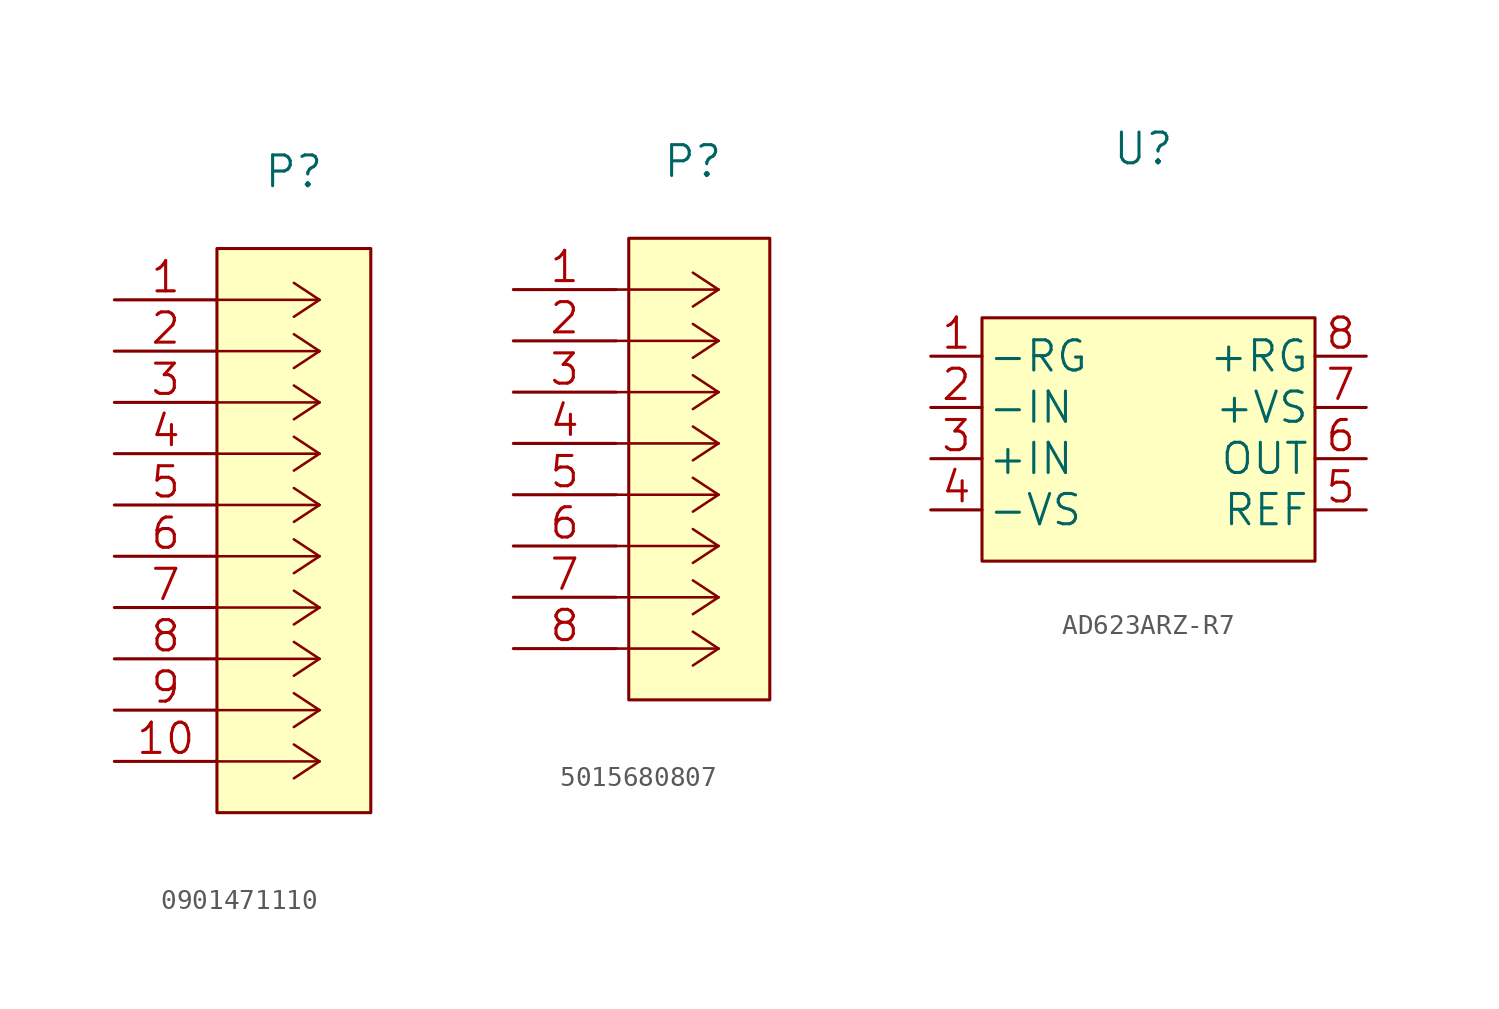
<source format=kicad_sym>
(kicad_symbol_lib
  (version 20211014)
  (generator kicad_symbol_editor)
  (symbol "0901471110"
    (pin_names
      (offset 0.254) hide)
    (property "Reference" "P"
      (at 8.89 6.35 0)
      (effects (font (size 1.524 1.524))))
    (symbol "0901471110_0_1"
      (rectangle (start 5.08 2.54) (end 12.7 -25.4) (stroke (width 0.152) (type default) (color 0 0 0 0)) (fill (type background))))
    (symbol "0901471110_1_1"
      (polyline (pts (xy 10.16 -22.86) (xy 5.08 -22.86)) (stroke (width 0.127) (type default) (color 0 0 0 0)) (fill (type none)))
      (polyline (pts (xy 10.16 -22.86) (xy 8.89 -23.698)) (stroke (width 0.127) (type default) (color 0 0 0 0)) (fill (type none)))
      (polyline (pts (xy 10.16 -22.86) (xy 8.89 -22.022)) (stroke (width 0.127) (type default) (color 0 0 0 0)) (fill (type none)))
      (polyline (pts (xy 10.16 -20.32) (xy 5.08 -20.32)) (stroke (width 0.127) (type default) (color 0 0 0 0)) (fill (type none)))
      (polyline (pts (xy 10.16 -20.32) (xy 8.89 -21.158)) (stroke (width 0.127) (type default) (color 0 0 0 0)) (fill (type none)))
      (polyline (pts (xy 10.16 -20.32) (xy 8.89 -19.482)) (stroke (width 0.127) (type default) (color 0 0 0 0)) (fill (type none)))
      (polyline (pts (xy 10.16 -17.78) (xy 5.08 -17.78)) (stroke (width 0.127) (type default) (color 0 0 0 0)) (fill (type none)))
      (polyline (pts (xy 10.16 -17.78) (xy 8.89 -18.618)) (stroke (width 0.127) (type default) (color 0 0 0 0)) (fill (type none)))
      (polyline (pts (xy 10.16 -17.78) (xy 8.89 -16.942)) (stroke (width 0.127) (type default) (color 0 0 0 0)) (fill (type none)))
      (polyline (pts (xy 10.16 -15.24) (xy 5.08 -15.24)) (stroke (width 0.127) (type default) (color 0 0 0 0)) (fill (type none)))
      (polyline (pts (xy 10.16 -15.24) (xy 8.89 -16.078)) (stroke (width 0.127) (type default) (color 0 0 0 0)) (fill (type none)))
      (polyline (pts (xy 10.16 -15.24) (xy 8.89 -14.402)) (stroke (width 0.127) (type default) (color 0 0 0 0)) (fill (type none)))
      (polyline (pts (xy 10.16 -12.7) (xy 5.08 -12.7)) (stroke (width 0.127) (type default) (color 0 0 0 0)) (fill (type none)))
      (polyline (pts (xy 10.16 -12.7) (xy 8.89 -13.538)) (stroke (width 0.127) (type default) (color 0 0 0 0)) (fill (type none)))
      (polyline (pts (xy 10.16 -12.7) (xy 8.89 -11.862)) (stroke (width 0.127) (type default) (color 0 0 0 0)) (fill (type none)))
      (polyline (pts (xy 10.16 -10.16) (xy 5.08 -10.16)) (stroke (width 0.127) (type default) (color 0 0 0 0)) (fill (type none)))
      (polyline (pts (xy 10.16 -10.16) (xy 8.89 -10.998)) (stroke (width 0.127) (type default) (color 0 0 0 0)) (fill (type none)))
      (polyline (pts (xy 10.16 -10.16) (xy 8.89 -9.322)) (stroke (width 0.127) (type default) (color 0 0 0 0)) (fill (type none)))
      (polyline (pts (xy 10.16 -7.62) (xy 5.08 -7.62)) (stroke (width 0.127) (type default) (color 0 0 0 0)) (fill (type none)))
      (polyline (pts (xy 10.16 -7.62) (xy 8.89 -8.458)) (stroke (width 0.127) (type default) (color 0 0 0 0)) (fill (type none)))
      (polyline (pts (xy 10.16 -7.62) (xy 8.89 -6.782)) (stroke (width 0.127) (type default) (color 0 0 0 0)) (fill (type none)))
      (polyline (pts (xy 10.16 -5.08) (xy 5.08 -5.08)) (stroke (width 0.127) (type default) (color 0 0 0 0)) (fill (type none)))
      (polyline (pts (xy 10.16 -5.08) (xy 8.89 -5.918)) (stroke (width 0.127) (type default) (color 0 0 0 0)) (fill (type none)))
      (polyline (pts (xy 10.16 -5.08) (xy 8.89 -4.242)) (stroke (width 0.127) (type default) (color 0 0 0 0)) (fill (type none)))
      (polyline (pts (xy 10.16 -2.54) (xy 5.08 -2.54)) (stroke (width 0.127) (type default) (color 0 0 0 0)) (fill (type none)))
      (polyline (pts (xy 10.16 -2.54) (xy 8.89 -3.378)) (stroke (width 0.127) (type default) (color 0 0 0 0)) (fill (type none)))
      (polyline (pts (xy 10.16 -2.54) (xy 8.89 -1.702)) (stroke (width 0.127) (type default) (color 0 0 0 0)) (fill (type none)))
      (polyline (pts (xy 10.16 0) (xy 5.08 0)) (stroke (width 0.127) (type default) (color 0 0 0 0)) (fill (type none)))
      (polyline (pts (xy 10.16 0) (xy 8.89 -0.838)) (stroke (width 0.127) (type default) (color 0 0 0 0)) (fill (type none)))
      (polyline (pts (xy 10.16 0) (xy 8.89 0.838)) (stroke (width 0.127) (type default) (color 0 0 0 0)) (fill (type none)))
      (pin passive line (at 0 0 0) (length 5.08) (name "1" (effects (font (size 1.499 1.499)))) (number "1" (effects (font (size 1.499 1.499)))))
      (pin passive line (at 0 -22.86 0) (length 5.08) (name "10" (effects (font (size 1.499 1.499)))) (number "10" (effects (font (size 1.499 1.499)))))
      (pin passive line (at 0 -2.54 0) (length 5.08) (name "2" (effects (font (size 1.499 1.499)))) (number "2" (effects (font (size 1.499 1.499)))))
      (pin passive line (at 0 -5.08 0) (length 5.08) (name "3" (effects (font (size 1.499 1.499)))) (number "3" (effects (font (size 1.499 1.499)))))
      (pin passive line (at 0 -7.62 0) (length 5.08) (name "4" (effects (font (size 1.499 1.499)))) (number "4" (effects (font (size 1.499 1.499)))))
      (pin passive line (at 0 -10.16 0) (length 5.08) (name "5" (effects (font (size 1.499 1.499)))) (number "5" (effects (font (size 1.499 1.499)))))
      (pin passive line (at 0 -12.7 0) (length 5.08) (name "6" (effects (font (size 1.499 1.499)))) (number "6" (effects (font (size 1.499 1.499)))))
      (pin passive line (at 0 -15.24 0) (length 5.08) (name "7" (effects (font (size 1.499 1.499)))) (number "7" (effects (font (size 1.499 1.499)))))
      (pin passive line (at 0 -17.78 0) (length 5.08) (name "8" (effects (font (size 1.499 1.499)))) (number "8" (effects (font (size 1.499 1.499)))))
      (pin passive line (at 0 -20.32 0) (length 5.08) (name "9" (effects (font (size 1.499 1.499)))) (number "9" (effects (font (size 1.499 1.499)))))))
  (symbol "5015680807"
    (pin_names
      (offset 0.254) hide)
    (property "Reference" "P"
      (at 8.89 6.35 0)
      (effects (font (size 1.524 1.524))))
    (symbol "5015680807_0_1"
      (rectangle (start 5.715 2.54) (end 12.7 -20.32) (stroke (width 0.152) (type default) (color 0 0 0 0)) (fill (type background))))
    (symbol "5015680807_1_1"
      (polyline (pts (xy 10.16 -17.78) (xy 5.08 -17.78)) (stroke (width 0.127) (type default) (color 0 0 0 0)) (fill (type none)))
      (polyline (pts (xy 10.16 -17.78) (xy 8.89 -18.618)) (stroke (width 0.127) (type default) (color 0 0 0 0)) (fill (type none)))
      (polyline (pts (xy 10.16 -17.78) (xy 8.89 -16.942)) (stroke (width 0.127) (type default) (color 0 0 0 0)) (fill (type none)))
      (polyline (pts (xy 10.16 -15.24) (xy 5.08 -15.24)) (stroke (width 0.127) (type default) (color 0 0 0 0)) (fill (type none)))
      (polyline (pts (xy 10.16 -15.24) (xy 8.89 -16.078)) (stroke (width 0.127) (type default) (color 0 0 0 0)) (fill (type none)))
      (polyline (pts (xy 10.16 -15.24) (xy 8.89 -14.402)) (stroke (width 0.127) (type default) (color 0 0 0 0)) (fill (type none)))
      (polyline (pts (xy 10.16 -12.7) (xy 5.08 -12.7)) (stroke (width 0.127) (type default) (color 0 0 0 0)) (fill (type none)))
      (polyline (pts (xy 10.16 -12.7) (xy 8.89 -13.538)) (stroke (width 0.127) (type default) (color 0 0 0 0)) (fill (type none)))
      (polyline (pts (xy 10.16 -12.7) (xy 8.89 -11.862)) (stroke (width 0.127) (type default) (color 0 0 0 0)) (fill (type none)))
      (polyline (pts (xy 10.16 -10.16) (xy 5.08 -10.16)) (stroke (width 0.127) (type default) (color 0 0 0 0)) (fill (type none)))
      (polyline (pts (xy 10.16 -10.16) (xy 8.89 -10.998)) (stroke (width 0.127) (type default) (color 0 0 0 0)) (fill (type none)))
      (polyline (pts (xy 10.16 -10.16) (xy 8.89 -9.322)) (stroke (width 0.127) (type default) (color 0 0 0 0)) (fill (type none)))
      (polyline (pts (xy 10.16 -7.62) (xy 5.08 -7.62)) (stroke (width 0.127) (type default) (color 0 0 0 0)) (fill (type none)))
      (polyline (pts (xy 10.16 -7.62) (xy 8.89 -8.458)) (stroke (width 0.127) (type default) (color 0 0 0 0)) (fill (type none)))
      (polyline (pts (xy 10.16 -7.62) (xy 8.89 -6.782)) (stroke (width 0.127) (type default) (color 0 0 0 0)) (fill (type none)))
      (polyline (pts (xy 10.16 -5.08) (xy 5.08 -5.08)) (stroke (width 0.127) (type default) (color 0 0 0 0)) (fill (type none)))
      (polyline (pts (xy 10.16 -5.08) (xy 8.89 -5.918)) (stroke (width 0.127) (type default) (color 0 0 0 0)) (fill (type none)))
      (polyline (pts (xy 10.16 -5.08) (xy 8.89 -4.242)) (stroke (width 0.127) (type default) (color 0 0 0 0)) (fill (type none)))
      (polyline (pts (xy 10.16 -2.54) (xy 5.08 -2.54)) (stroke (width 0.127) (type default) (color 0 0 0 0)) (fill (type none)))
      (polyline (pts (xy 10.16 -2.54) (xy 8.89 -3.378)) (stroke (width 0.127) (type default) (color 0 0 0 0)) (fill (type none)))
      (polyline (pts (xy 10.16 -2.54) (xy 8.89 -1.702)) (stroke (width 0.127) (type default) (color 0 0 0 0)) (fill (type none)))
      (polyline (pts (xy 10.16 0) (xy 5.08 0)) (stroke (width 0.127) (type default) (color 0 0 0 0)) (fill (type none)))
      (polyline (pts (xy 10.16 0) (xy 8.89 -0.838)) (stroke (width 0.127) (type default) (color 0 0 0 0)) (fill (type none)))
      (polyline (pts (xy 10.16 0) (xy 8.89 0.838)) (stroke (width 0.127) (type default) (color 0 0 0 0)) (fill (type none)))
      (pin passive line (at 0 0 0) (length 5.08) (name "1" (effects (font (size 1.499 1.499)))) (number "1" (effects (font (size 1.499 1.499)))))
      (pin passive line (at 0 -2.54 0) (length 5.08) (name "2" (effects (font (size 1.499 1.499)))) (number "2" (effects (font (size 1.499 1.499)))))
      (pin passive line (at 0 -5.08 0) (length 5.08) (name "3" (effects (font (size 1.499 1.499)))) (number "3" (effects (font (size 1.499 1.499)))))
      (pin passive line (at 0 -7.62 0) (length 5.08) (name "4" (effects (font (size 1.499 1.499)))) (number "4" (effects (font (size 1.499 1.499)))))
      (pin passive line (at 0 -10.16 0) (length 5.08) (name "5" (effects (font (size 1.499 1.499)))) (number "5" (effects (font (size 1.499 1.499)))))
      (pin passive line (at 0 -12.7 0) (length 5.08) (name "6" (effects (font (size 1.499 1.499)))) (number "6" (effects (font (size 1.499 1.499)))))
      (pin passive line (at 0 -15.24 0) (length 5.08) (name "7" (effects (font (size 1.499 1.499)))) (number "7" (effects (font (size 1.499 1.499)))))
      (pin passive line (at 0 -17.78 0) (length 5.08) (name "8" (effects (font (size 1.499 1.499)))) (number "8" (effects (font (size 1.499 1.499)))))))
  (symbol "AD623ARZ-R7"
    (pin_names
      (offset 0.254))
    (property "Reference" "U"
      (at -1.524 12.192 0)
      (effects (font (size 1.524 1.524))))
    (symbol "AD623ARZ-R7_0_1"
      (rectangle (start -9.525 3.81) (end 6.985 -8.255) (stroke (width 0.152) (type default) (color 0 0 0 0)) (fill (type background))))
    (symbol "AD623ARZ-R7_1_1"
      (pin passive line (at -12.065 1.905 0) (length 2.54) (name "-RG" (effects (font (size 1.499 1.499)))) (number "1" (effects (font (size 1.499 1.499)))))
      (pin input line (at -12.065 -0.635 0) (length 2.54) (name "-IN" (effects (font (size 1.499 1.499)))) (number "2" (effects (font (size 1.499 1.499)))))
      (pin input line (at -12.065 -3.175 0) (length 2.54) (name "+IN" (effects (font (size 1.499 1.499)))) (number "3" (effects (font (size 1.499 1.499)))))
      (pin power_in line (at -12.065 -5.715 0) (length 2.54) (name "-VS" (effects (font (size 1.499 1.499)))) (number "4" (effects (font (size 1.499 1.499)))))
      (pin input line (at 9.525 -5.715 180) (length 2.54) (name "REF" (effects (font (size 1.499 1.499)))) (number "5" (effects (font (size 1.499 1.499)))))
      (pin output line (at 9.525 -3.175 180) (length 2.54) (name "OUT" (effects (font (size 1.499 1.499)))) (number "6" (effects (font (size 1.499 1.499)))))
      (pin power_in line (at 9.525 -0.635 180) (length 2.54) (name "+VS" (effects (font (size 1.499 1.499)))) (number "7" (effects (font (size 1.499 1.499)))))
      (pin passive line (at 9.525 1.905 180) (length 2.54) (name "+RG" (effects (font (size 1.499 1.499)))) (number "8" (effects (font (size 1.499 1.499))))))))
</source>
